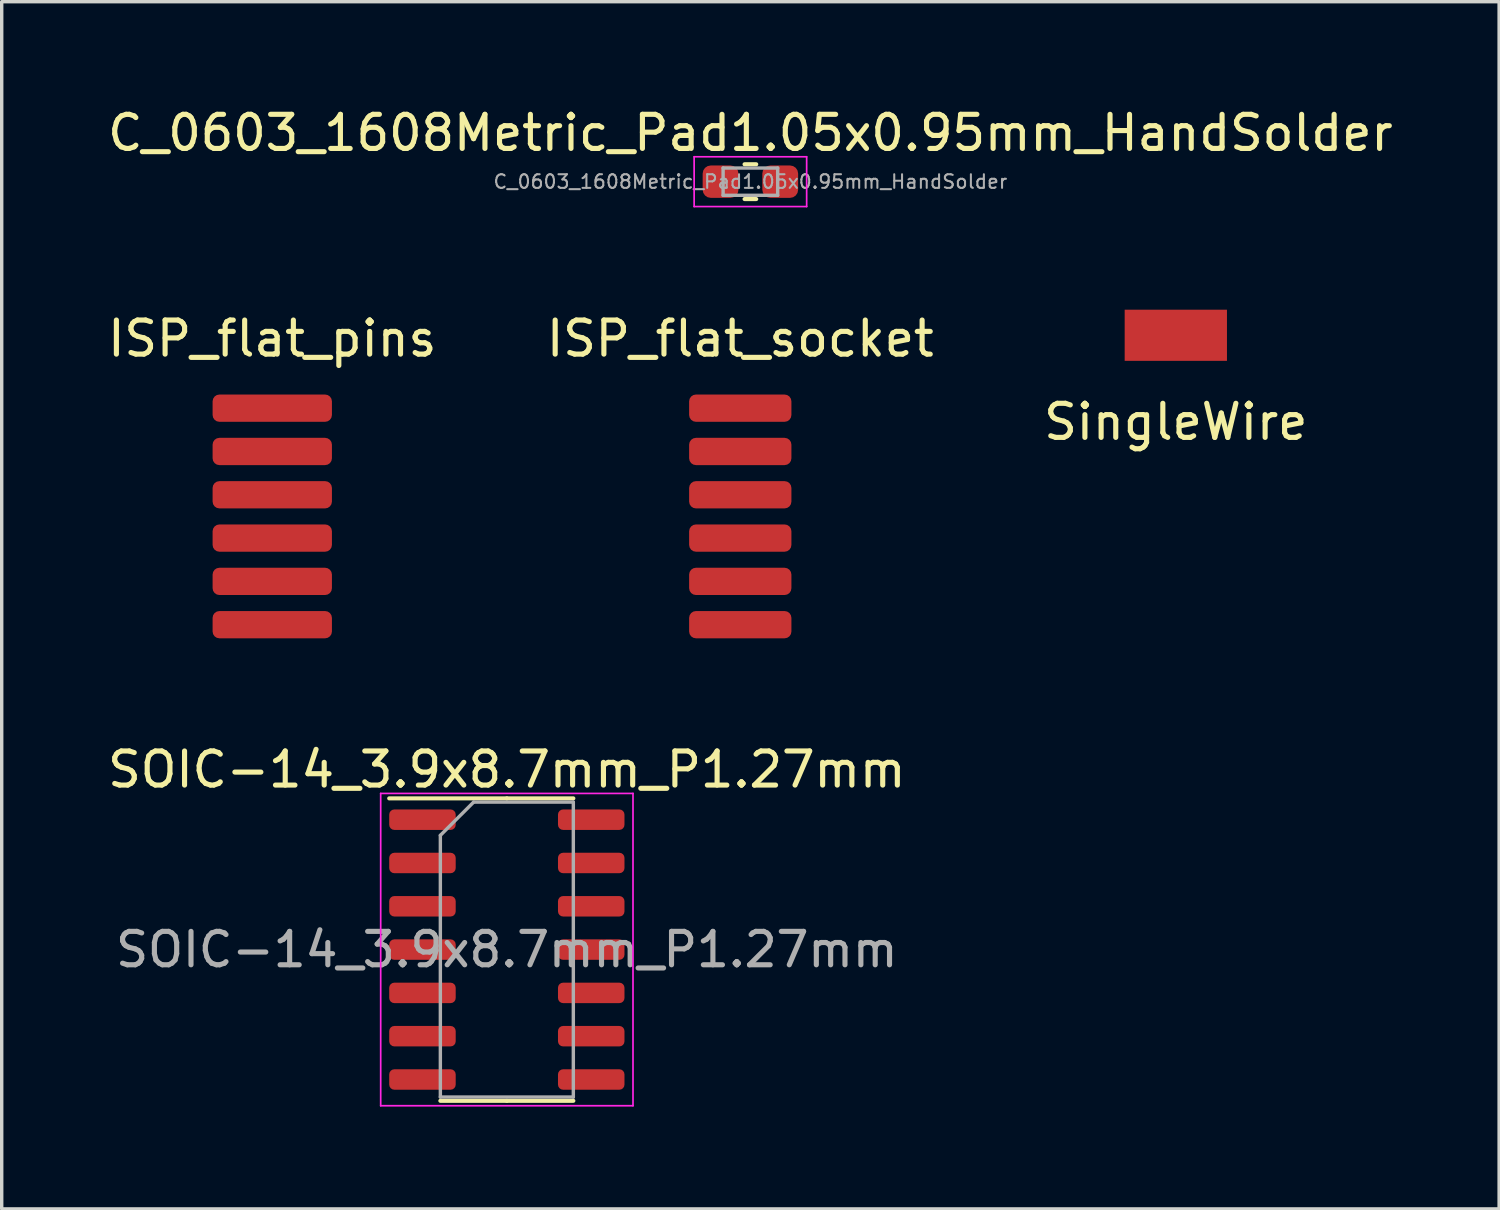
<source format=kicad_pcb>
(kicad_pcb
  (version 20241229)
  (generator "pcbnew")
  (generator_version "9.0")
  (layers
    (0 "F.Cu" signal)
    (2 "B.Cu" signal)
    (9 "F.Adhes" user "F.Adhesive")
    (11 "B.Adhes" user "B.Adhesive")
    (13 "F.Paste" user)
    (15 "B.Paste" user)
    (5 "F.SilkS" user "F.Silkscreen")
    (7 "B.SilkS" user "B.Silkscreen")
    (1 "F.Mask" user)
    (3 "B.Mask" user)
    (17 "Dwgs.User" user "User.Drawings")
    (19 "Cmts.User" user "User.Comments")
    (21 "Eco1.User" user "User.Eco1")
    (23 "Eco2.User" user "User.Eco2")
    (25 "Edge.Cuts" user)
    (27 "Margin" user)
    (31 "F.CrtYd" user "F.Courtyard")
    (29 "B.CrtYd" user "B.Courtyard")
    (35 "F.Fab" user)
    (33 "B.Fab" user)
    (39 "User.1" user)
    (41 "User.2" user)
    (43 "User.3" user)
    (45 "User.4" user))
  (footprint "SingleWire"
    (layer "F.Cu")
    (at 31.435 6.783)
    (property "Reference" "SingleWire" (at 0 2.54 0) (layer "F.SilkS") (effects (font (size 1 1) (thickness 0.15))))
    (attr through_hole)
    (pad "1" smd rect (at 0 0) (size 3 1.5) (layers "F.Cu" "F.Mask" "F.Paste")))
  (footprint "SOIC-14_3.9x8.7mm_P1.27mm"
    (layer "F.Cu")
    (at 11.815 24.8)
    (property "Reference" "SOIC-14_3.9x8.7mm_P1.27mm" (at 0 -5.28 0) (layer "F.SilkS") (effects (font (size 1 1) (thickness 0.15))))
    (attr smd)
    (fp_line (start 0 -4.435) (end -3.45 -4.435) (stroke (width 0.12) (type solid)) (layer "F.SilkS"))
    (fp_line (start 0 -4.435) (end 1.95 -4.435) (stroke (width 0.12) (type solid)) (layer "F.SilkS"))
    (fp_line (start 0 4.435) (end -1.95 4.435) (stroke (width 0.12) (type solid)) (layer "F.SilkS"))
    (fp_line (start 0 4.435) (end 1.95 4.435) (stroke (width 0.12) (type solid)) (layer "F.SilkS"))
    (fp_line (start -3.7 -4.58) (end -3.7 4.58) (stroke (width 0.05) (type solid)) (layer "F.CrtYd"))
    (fp_line (start -3.7 4.58) (end 3.7 4.58) (stroke (width 0.05) (type solid)) (layer "F.CrtYd"))
    (fp_line (start 3.7 -4.58) (end -3.7 -4.58) (stroke (width 0.05) (type solid)) (layer "F.CrtYd"))
    (fp_line (start 3.7 4.58) (end 3.7 -4.58) (stroke (width 0.05) (type solid)) (layer "F.CrtYd"))
    (fp_line (start -1.95 -3.35) (end -0.975 -4.325) (stroke (width 0.1) (type solid)) (layer "F.Fab"))
    (fp_line (start -1.95 4.325) (end -1.95 -3.35) (stroke (width 0.1) (type solid)) (layer "F.Fab"))
    (fp_line (start -0.975 -4.325) (end 1.95 -4.325) (stroke (width 0.1) (type solid)) (layer "F.Fab"))
    (fp_line (start 1.95 -4.325) (end 1.95 4.325) (stroke (width 0.1) (type solid)) (layer "F.Fab"))
    (fp_line (start 1.95 4.325) (end -1.95 4.325) (stroke (width 0.1) (type solid)) (layer "F.Fab"))
    (fp_text user "${REFERENCE}" (at 0 0 0) (layer "F.Fab") (effects (font (size 0.98 0.98) (thickness 0.15))))
    (pad "1" smd roundrect (at -2.475 -3.81) (size 1.95 0.6) (layers "F.Cu" "F.Mask" "F.Paste") (roundrect_rratio 0.25))
    (pad "2" smd roundrect (at -2.475 -2.54) (size 1.95 0.6) (layers "F.Cu" "F.Mask" "F.Paste") (roundrect_rratio 0.25))
    (pad "3" smd roundrect (at -2.475 -1.27) (size 1.95 0.6) (layers "F.Cu" "F.Mask" "F.Paste") (roundrect_rratio 0.25))
    (pad "4" smd roundrect (at -2.475 0) (size 1.95 0.6) (layers "F.Cu" "F.Mask" "F.Paste") (roundrect_rratio 0.25))
    (pad "5" smd roundrect (at -2.475 1.27) (size 1.95 0.6) (layers "F.Cu" "F.Mask" "F.Paste") (roundrect_rratio 0.25))
    (pad "6" smd roundrect (at -2.475 2.54) (size 1.95 0.6) (layers "F.Cu" "F.Mask" "F.Paste") (roundrect_rratio 0.25))
    (pad "7" smd roundrect (at -2.475 3.81) (size 1.95 0.6) (layers "F.Cu" "F.Mask" "F.Paste") (roundrect_rratio 0.25))
    (pad "8" smd roundrect (at 2.475 3.81) (size 1.95 0.6) (layers "F.Cu" "F.Mask" "F.Paste") (roundrect_rratio 0.25))
    (pad "9" smd roundrect (at 2.475 2.54) (size 1.95 0.6) (layers "F.Cu" "F.Mask" "F.Paste") (roundrect_rratio 0.25))
    (pad "10" smd roundrect (at 2.475 1.27) (size 1.95 0.6) (layers "F.Cu" "F.Mask" "F.Paste") (roundrect_rratio 0.25))
    (pad "11" smd roundrect (at 2.475 0) (size 1.95 0.6) (layers "F.Cu" "F.Mask" "F.Paste") (roundrect_rratio 0.25))
    (pad "12" smd roundrect (at 2.475 -1.27) (size 1.95 0.6) (layers "F.Cu" "F.Mask" "F.Paste") (roundrect_rratio 0.25))
    (pad "13" smd roundrect (at 2.475 -2.54) (size 1.95 0.6) (layers "F.Cu" "F.Mask" "F.Paste") (roundrect_rratio 0.25))
    (pad "14" smd roundrect (at 2.475 -3.81) (size 1.95 0.6) (layers "F.Cu" "F.Mask" "F.Paste") (roundrect_rratio 0.25)))
  (footprint "ISP_flat_socket"
    (layer "F.Cu")
    (at 18.661 6.381)
    (property "Reference" "ISP_flat_socket" (at 0 0.5 180) (layer "F.SilkS") (effects (font (size 1 1) (thickness 0.15))))
    (attr through_hole)
    (pad "1" smd roundrect (at 0 2.54) (size 3 0.8) (layers "F.Cu" "F.Mask" "F.Paste") (roundrect_rratio 0.25))
    (pad "2" smd roundrect (at 0 3.81) (size 3 0.8) (layers "F.Cu" "F.Mask" "F.Paste") (roundrect_rratio 0.25))
    (pad "3" smd roundrect (at 0 5.08) (size 3 0.8) (layers "F.Cu" "F.Mask" "F.Paste") (roundrect_rratio 0.25))
    (pad "4" smd roundrect (at 0 6.35) (size 3 0.8) (layers "F.Cu" "F.Mask" "F.Paste") (roundrect_rratio 0.25))
    (pad "5" smd roundrect (at 0 7.62) (size 3 0.8) (layers "F.Cu" "F.Mask" "F.Paste") (roundrect_rratio 0.25))
    (pad "6" smd roundrect (at 0 8.89) (size 3 0.8) (layers "F.Cu" "F.Mask" "F.Paste") (roundrect_rratio 0.25)))
  (footprint "C_0603_1608Metric_Pad1.05x0.95mm_HandSolder"
    (layer "F.Cu")
    (at 18.958 2.278)
    (property "Reference" "C_0603_1608Metric_Pad1.05x0.95mm_HandSolder" (at 0 -1.43 0) (layer "F.SilkS") (effects (font (size 1 1) (thickness 0.15))))
    (attr smd)
    (fp_line (start -0.171 -0.51) (end 0.171 -0.51) (stroke (width 0.12) (type solid)) (layer "F.SilkS"))
    (fp_line (start -0.171 0.51) (end 0.171 0.51) (stroke (width 0.12) (type solid)) (layer "F.SilkS"))
    (fp_line (start -1.65 -0.73) (end 1.65 -0.73) (stroke (width 0.05) (type solid)) (layer "F.CrtYd"))
    (fp_line (start -1.65 0.73) (end -1.65 -0.73) (stroke (width 0.05) (type solid)) (layer "F.CrtYd"))
    (fp_line (start 1.65 -0.73) (end 1.65 0.73) (stroke (width 0.05) (type solid)) (layer "F.CrtYd"))
    (fp_line (start 1.65 0.73) (end -1.65 0.73) (stroke (width 0.05) (type solid)) (layer "F.CrtYd"))
    (fp_line (start -0.8 -0.4) (end 0.8 -0.4) (stroke (width 0.1) (type solid)) (layer "F.Fab"))
    (fp_line (start -0.8 0.4) (end -0.8 -0.4) (stroke (width 0.1) (type solid)) (layer "F.Fab"))
    (fp_line (start 0.8 -0.4) (end 0.8 0.4) (stroke (width 0.1) (type solid)) (layer "F.Fab"))
    (fp_line (start 0.8 0.4) (end -0.8 0.4) (stroke (width 0.1) (type solid)) (layer "F.Fab"))
    (fp_text user "${REFERENCE}" (at 0 0 0) (layer "F.Fab") (effects (font (size 0.4 0.4) (thickness 0.06))))
    (pad "1" smd roundrect (at -0.875 0) (size 1.05 0.95) (layers "F.Cu" "F.Mask" "F.Paste") (roundrect_rratio 0.25))
    (pad "2" smd roundrect (at 0.875 0) (size 1.05 0.95) (layers "F.Cu" "F.Mask" "F.Paste") (roundrect_rratio 0.25)))
  (footprint "ISP_flat_pins"
    (layer "F.Cu")
    (at 4.935 6.381)
    (property "Reference" "ISP_flat_pins" (at 0 0.5 0) (layer "F.SilkS") (effects (font (size 1 1) (thickness 0.15))))
    (attr through_hole)
    (pad "1" smd roundrect (at 0 8.89) (size 3.5 0.8) (layers "F.Cu" "F.Mask" "F.Paste") (roundrect_rratio 0.25))
    (pad "2" smd roundrect (at 0 7.62) (size 3.5 0.8) (layers "F.Cu" "F.Mask" "F.Paste") (roundrect_rratio 0.25))
    (pad "3" smd roundrect (at 0 6.35) (size 3.5 0.8) (layers "F.Cu" "F.Mask" "F.Paste") (roundrect_rratio 0.25))
    (pad "4" smd roundrect (at 0 5.08) (size 3.5 0.8) (layers "F.Cu" "F.Mask" "F.Paste") (roundrect_rratio 0.25))
    (pad "5" smd roundrect (at 0 3.81) (size 3.5 0.8) (layers "F.Cu" "F.Mask" "F.Paste") (roundrect_rratio 0.25))
    (pad "6" smd roundrect (at 0 2.54) (size 3.5 0.8) (layers "F.Cu" "F.Mask" "F.Paste") (roundrect_rratio 0.25)))
  (gr_rect
    (start -3 -3)
    (end 40.917 32.405)
    (stroke (width 0.1) (type default))
    (fill no)
    (layer "Edge.Cuts")))
</source>
